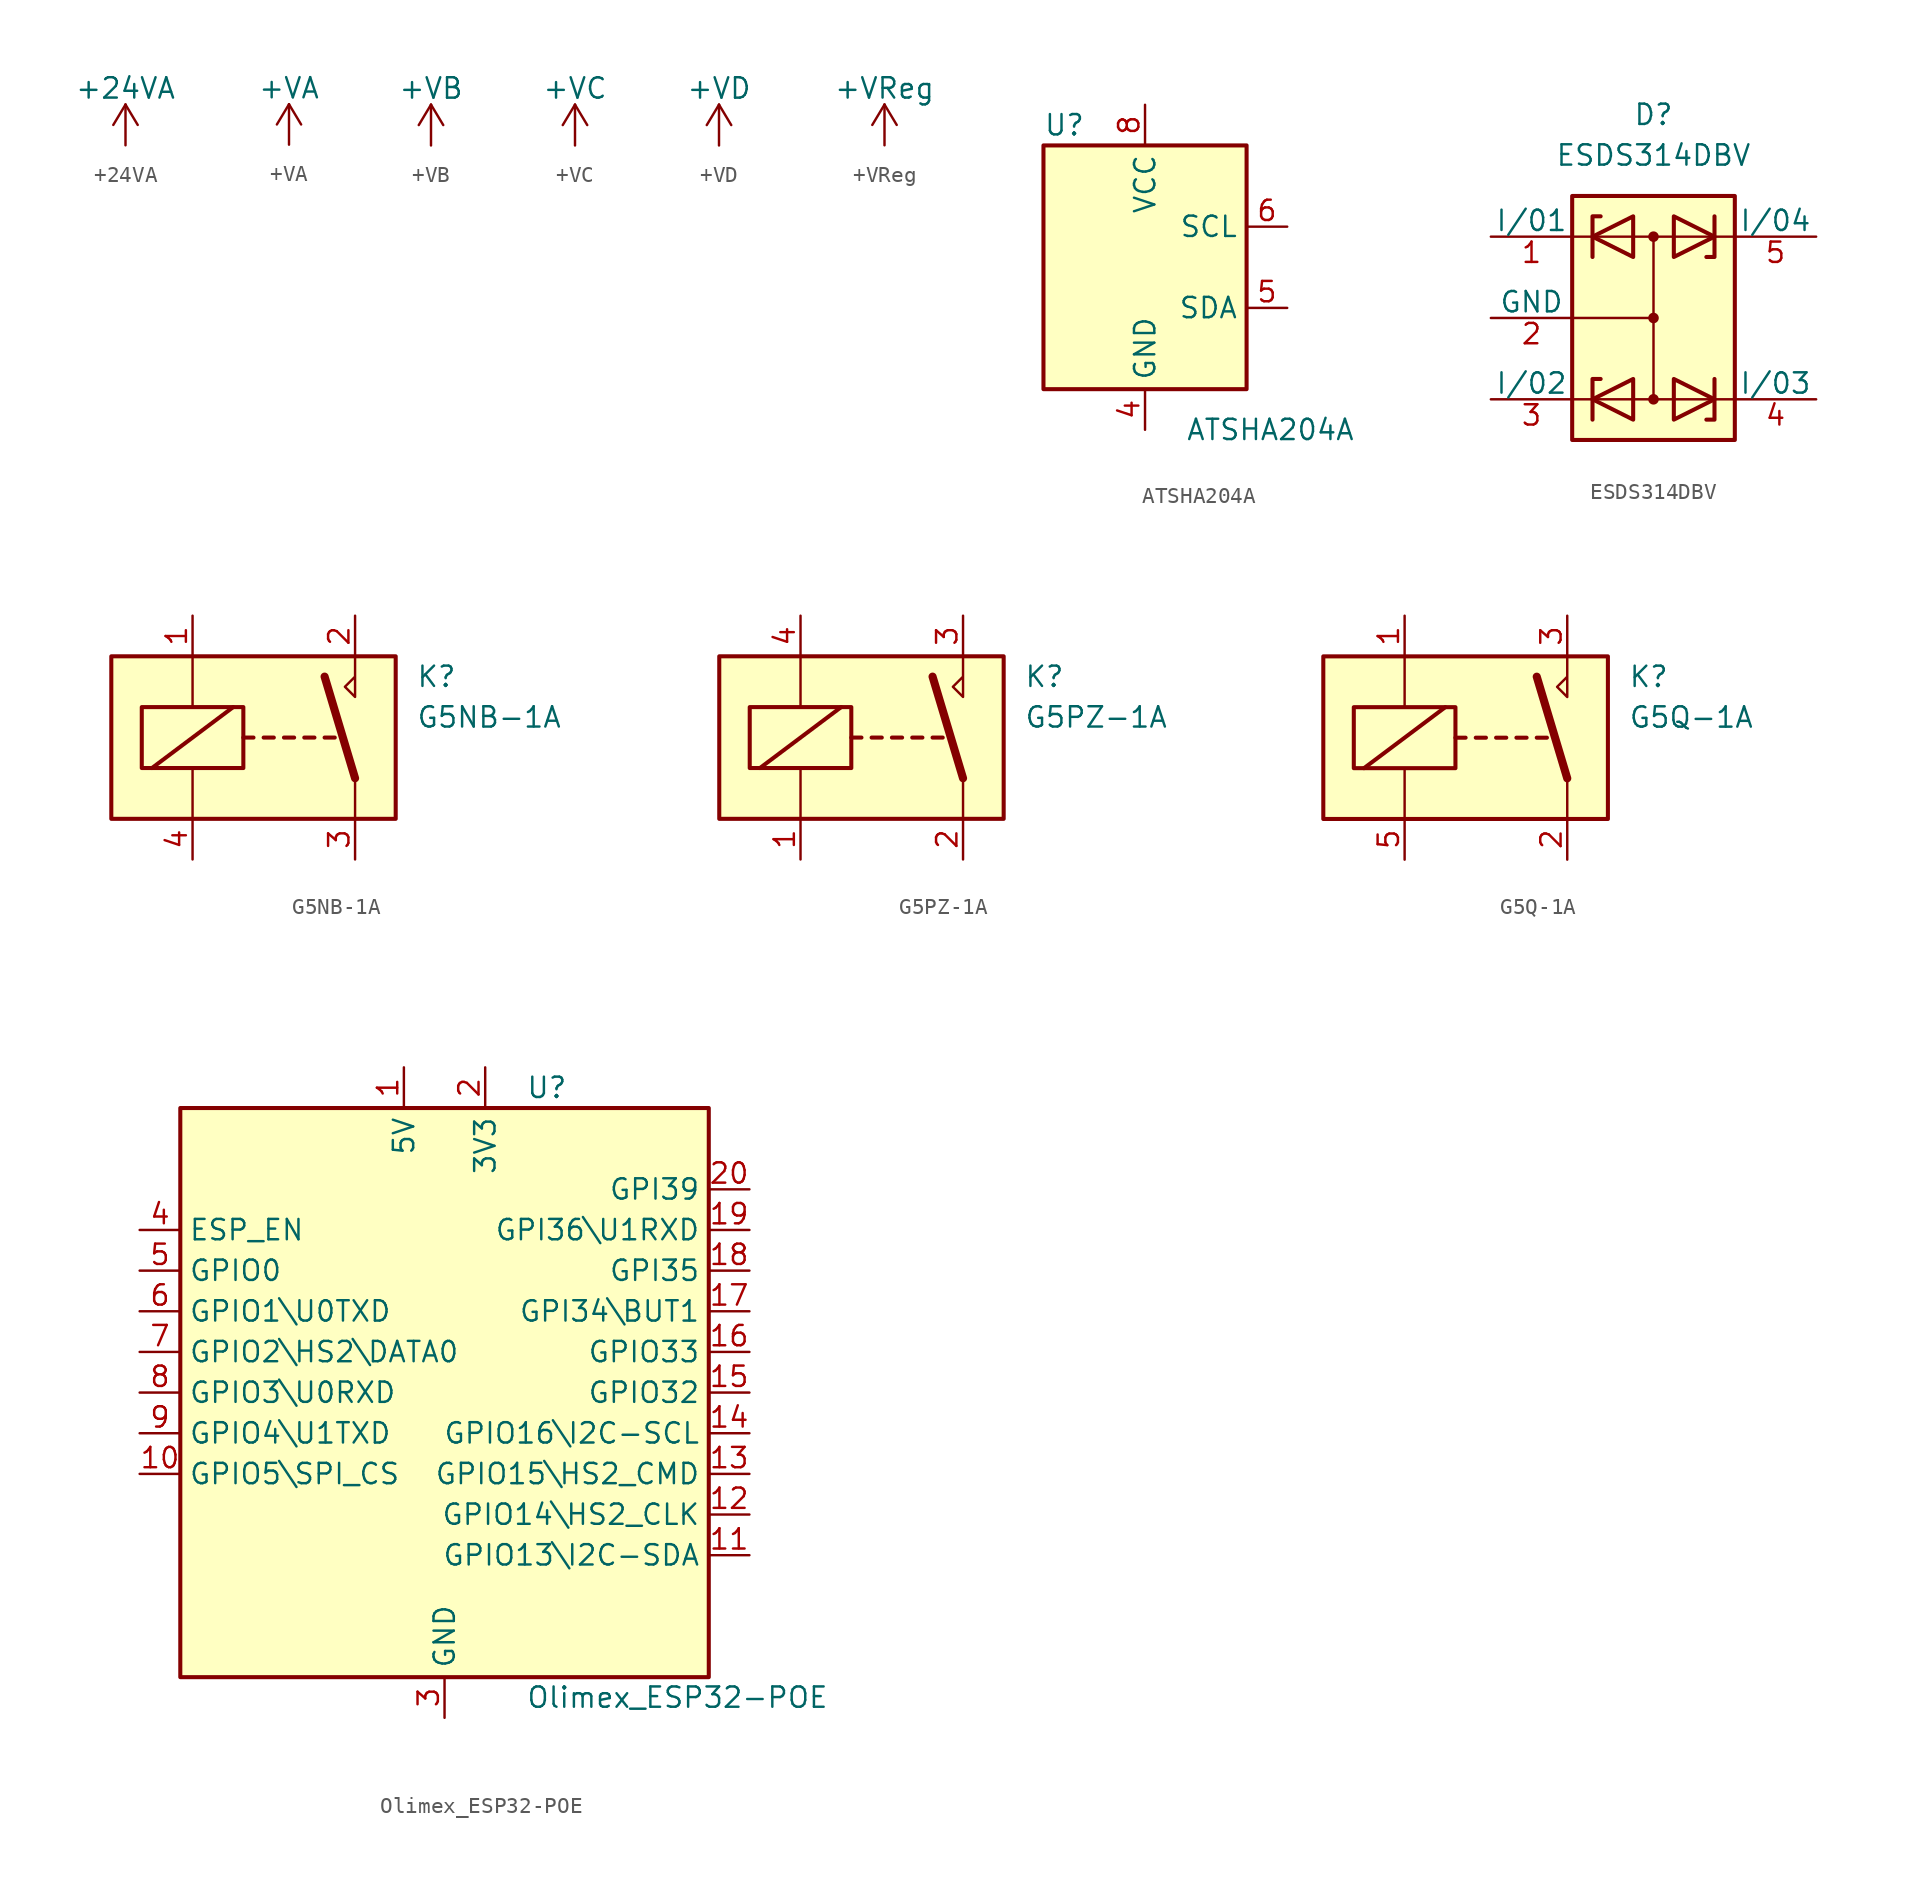
<source format=kicad_sym>
(kicad_symbol_lib
  (version 20231120)
  (generator "kicad_symbol_editor")
  (generator_version "8.0")
  (symbol "+24VA"
    (power)
    (pin_names
      (offset 0))
    (property "Reference" "#PWR"
      (at 0 -3.81 0)
      (effects (font (size 1.27 1.27)) (hide yes)))
    (property "Value" "+24VA"
      (at 0 3.556 0)
      (effects (font (size 1.27 1.27))))
    (symbol "+24VA_0_1"
      (polyline (pts (xy -0.762 1.27) (xy 0 2.54)) (stroke (width 0) (type default)) (fill (type none)))
      (polyline (pts (xy 0 0) (xy 0 2.54)) (stroke (width 0) (type default)) (fill (type none)))
      (polyline (pts (xy 0 2.54) (xy 0.762 1.27)) (stroke (width 0) (type default)) (fill (type none))))
    (symbol "+24VA_1_1"
      (pin power_in line (at 0 0 90) (length 0) hide (name "+24VA" (effects (font (size 1.27 1.27)))) (number "1" (effects (font (size 1.27 1.27)))))))
  (symbol "+VA"
    (power)
    (pin_names
      (offset 0))
    (property "Reference" "#PWR"
      (at 0 -3.81 0)
      (effects (font (size 1.27 1.27)) (hide yes)))
    (property "Value" "+VA"
      (at 0 3.556 0)
      (effects (font (size 1.27 1.27))))
    (symbol "+VA_0_1"
      (polyline (pts (xy -0.762 1.27) (xy 0 2.54)) (stroke (width 0) (type default)) (fill (type none)))
      (polyline (pts (xy 0 0) (xy 0 2.54)) (stroke (width 0) (type default)) (fill (type none)))
      (polyline (pts (xy 0 2.54) (xy 0.762 1.27)) (stroke (width 0) (type default)) (fill (type none))))
    (symbol "+VA_1_1"
      (pin power_in line (at 0 0 90) (length 0) hide (name "+VA" (effects (font (size 1.27 1.27)))) (number "1" (effects (font (size 1.27 1.27)))))))
  (symbol "+VB"
    (power)
    (pin_names
      (offset 0))
    (property "Reference" "#PWR"
      (at 0 -3.81 0)
      (effects (font (size 1.27 1.27)) (hide yes)))
    (property "Value" "+VB"
      (at 0 3.556 0)
      (effects (font (size 1.27 1.27))))
    (symbol "+VB_0_1"
      (polyline (pts (xy -0.762 1.27) (xy 0 2.54)) (stroke (width 0) (type default)) (fill (type none)))
      (polyline (pts (xy 0 0) (xy 0 2.54)) (stroke (width 0) (type default)) (fill (type none)))
      (polyline (pts (xy 0 2.54) (xy 0.762 1.27)) (stroke (width 0) (type default)) (fill (type none))))
    (symbol "+VB_1_1"
      (pin power_in line (at 0 0 90) (length 0) hide (name "+VB" (effects (font (size 1.27 1.27)))) (number "1" (effects (font (size 1.27 1.27)))))))
  (symbol "+VC"
    (power)
    (pin_names
      (offset 0))
    (property "Reference" "#PWR"
      (at 0 -3.81 0)
      (effects (font (size 1.27 1.27)) (hide yes)))
    (property "Value" "+VC"
      (at 0 3.556 0)
      (effects (font (size 1.27 1.27))))
    (symbol "+VC_0_1"
      (polyline (pts (xy -0.762 1.27) (xy 0 2.54)) (stroke (width 0) (type default)) (fill (type none)))
      (polyline (pts (xy 0 0) (xy 0 2.54)) (stroke (width 0) (type default)) (fill (type none)))
      (polyline (pts (xy 0 2.54) (xy 0.762 1.27)) (stroke (width 0) (type default)) (fill (type none))))
    (symbol "+VC_1_1"
      (pin power_in line (at 0 0 90) (length 0) hide (name "+VC" (effects (font (size 1.27 1.27)))) (number "1" (effects (font (size 1.27 1.27)))))))
  (symbol "+VD"
    (power)
    (pin_names
      (offset 0))
    (property "Reference" "#PWR"
      (at 0 -3.81 0)
      (effects (font (size 1.27 1.27)) (hide yes)))
    (property "Value" "+VD"
      (at 0 3.556 0)
      (effects (font (size 1.27 1.27))))
    (symbol "+VD_0_1"
      (polyline (pts (xy -0.762 1.27) (xy 0 2.54)) (stroke (width 0) (type default)) (fill (type none)))
      (polyline (pts (xy 0 0) (xy 0 2.54)) (stroke (width 0) (type default)) (fill (type none)))
      (polyline (pts (xy 0 2.54) (xy 0.762 1.27)) (stroke (width 0) (type default)) (fill (type none))))
    (symbol "+VD_1_1"
      (pin power_in line (at 0 0 90) (length 0) hide (name "+VD" (effects (font (size 1.27 1.27)))) (number "1" (effects (font (size 1.27 1.27)))))))
  (symbol "+VReg"
    (power)
    (pin_names
      (offset 0))
    (property "Reference" "#PWR"
      (at 0 -3.81 0)
      (effects (font (size 1.27 1.27)) (hide yes)))
    (property "Value" "+VReg"
      (at 0 3.556 0)
      (effects (font (size 1.27 1.27))))
    (symbol "+VReg_0_1"
      (polyline (pts (xy -0.762 1.27) (xy 0 2.54)) (stroke (width 0) (type default)) (fill (type none)))
      (polyline (pts (xy 0 0) (xy 0 2.54)) (stroke (width 0) (type default)) (fill (type none)))
      (polyline (pts (xy 0 2.54) (xy 0.762 1.27)) (stroke (width 0) (type default)) (fill (type none))))
    (symbol "+VReg_1_1"
      (pin power_in line (at 0 0 90) (length 0) hide (name "+VReg" (effects (font (size 1.27 1.27)))) (number "1" (effects (font (size 1.27 1.27)))))))
  (symbol "ATSHA204A"
    (property "Reference" "U"
      (at -7.62 8.89 0)
      (effects (font (size 1.27 1.27)) (justify left)))
    (property "Value" "ATSHA204A"
      (at 1.27 -10.16 0)
      (effects (font (size 1.27 1.27)) (justify left)))
    (symbol "ATSHA204A_0_1"
      (rectangle (start -7.62 7.62) (end 5.08 -7.62) (stroke (width 0.254) (type default)) (fill (type background))))
    (symbol "ATSHA204A_1_1"
      (pin no_connect line (at -7.62 2.54 0) (length 2.54) hide (name "NC" (effects (font (size 1.27 1.27)))) (number "1" (effects (font (size 1.27 1.27)))))
      (pin no_connect line (at -7.62 0 0) (length 2.54) hide (name "NC" (effects (font (size 1.27 1.27)))) (number "2" (effects (font (size 1.27 1.27)))))
      (pin no_connect line (at -7.62 -2.54 0) (length 2.54) hide (name "NC" (effects (font (size 1.27 1.27)))) (number "3" (effects (font (size 1.27 1.27)))))
      (pin power_in line (at -1.27 -10.16 90) (length 2.54) (name "GND" (effects (font (size 1.27 1.27)))) (number "4" (effects (font (size 1.27 1.27)))))
      (pin bidirectional line (at 7.62 -2.54 180) (length 2.54) (name "SDA" (effects (font (size 1.27 1.27)))) (number "5" (effects (font (size 1.27 1.27)))))
      (pin input line (at 7.62 2.54 180) (length 2.54) (name "SCL" (effects (font (size 1.27 1.27)))) (number "6" (effects (font (size 1.27 1.27)))))
      (pin no_connect line (at 5.08 0 180) (length 2.54) hide (name "NC" (effects (font (size 1.27 1.27)))) (number "7" (effects (font (size 1.27 1.27)))))
      (pin power_in line (at -1.27 10.16 270) (length 2.54) (name "VCC" (effects (font (size 1.27 1.27)))) (number "8" (effects (font (size 1.27 1.27)))))))
  (symbol "ESDS314DBV"
    (pin_names
      (offset 0))
    (property "Reference" "D"
      (at 0 12.7 0)
      (effects (font (size 1.27 1.27))))
    (property "Value" "ESDS314DBV"
      (at 0 10.16 0)
      (effects (font (size 1.27 1.27))))
    (symbol "ESDS314DBV_0_1"
      (rectangle (start -5.08 7.62) (end 5.08 -7.62) (stroke (width 0.254) (type default)) (fill (type background)))
      (circle (center 0 -5.08) (radius 0.254) (stroke (width 0) (type default)) (fill (type outline)))
      (polyline (pts (xy -5.08 -5.08) (xy 5.08 -5.08)) (stroke (width 0) (type default)) (fill (type none)))
      (polyline (pts (xy -5.08 0) (xy 0 0)) (stroke (width 0) (type default)) (fill (type none)))
      (polyline (pts (xy -5.08 5.08) (xy 5.08 5.08)) (stroke (width 0) (type default)) (fill (type none)))
      (polyline (pts (xy 0 -5.08) (xy 0 5.08)) (stroke (width 0) (type default)) (fill (type none)))
      (polyline (pts (xy -3.81 -6.35) (xy -3.81 -3.81) (xy -3.302 -3.81)) (stroke (width 0.254) (type default)) (fill (type none)))
      (polyline (pts (xy -3.81 3.81) (xy -3.81 6.35) (xy -3.302 6.35)) (stroke (width 0.254) (type default)) (fill (type none)))
      (polyline (pts (xy 3.81 -3.81) (xy 3.81 -6.35) (xy 3.302 -6.35)) (stroke (width 0.254) (type default)) (fill (type none)))
      (polyline (pts (xy 3.81 6.35) (xy 3.81 3.81) (xy 3.302 3.81)) (stroke (width 0.254) (type default)) (fill (type none)))
      (polyline (pts (xy -1.27 -6.35) (xy -3.81 -5.08) (xy -1.27 -3.81) (xy -1.27 -6.35) (xy -1.27 -6.35) (xy -1.27 -6.35)) (stroke (width 0.254) (type default)) (fill (type none)))
      (polyline (pts (xy -1.27 3.81) (xy -3.81 5.08) (xy -1.27 6.35) (xy -1.27 3.81) (xy -1.27 3.81) (xy -1.27 3.81)) (stroke (width 0.254) (type default)) (fill (type none)))
      (polyline (pts (xy 1.27 -3.81) (xy 3.81 -5.08) (xy 1.27 -6.35) (xy 1.27 -3.81) (xy 1.27 -3.81) (xy 1.27 -3.81)) (stroke (width 0.254) (type default)) (fill (type none)))
      (polyline (pts (xy 1.27 6.35) (xy 3.81 5.08) (xy 1.27 3.81) (xy 1.27 6.35) (xy 1.27 6.35) (xy 1.27 6.35)) (stroke (width 0.254) (type default)) (fill (type none)))
      (circle (center 0 0) (radius 0.254) (stroke (width 0) (type default)) (fill (type outline)))
      (circle (center 0 5.08) (radius 0.254) (stroke (width 0) (type default)) (fill (type outline)))
      (pin passive line (at -10.16 5.08 0) (length 5.08) (name "I/01" (effects (font (size 1.27 1.27)))) (number "1" (effects (font (size 1.27 1.27)))))
      (pin passive line (at -10.16 0 0) (length 5.08) (name "GND" (effects (font (size 1.27 1.27)))) (number "2" (effects (font (size 1.27 1.27)))))
      (pin passive line (at -10.16 -5.08 0) (length 5.08) (name "I/02" (effects (font (size 1.27 1.27)))) (number "3" (effects (font (size 1.27 1.27)))))
      (pin passive line (at 10.16 -5.08 180) (length 5.08) (name "I/03" (effects (font (size 1.27 1.27)))) (number "4" (effects (font (size 1.27 1.27)))))
      (pin passive line (at 10.16 5.08 180) (length 5.08) (name "I/04" (effects (font (size 1.27 1.27)))) (number "5" (effects (font (size 1.27 1.27)))))))
  (symbol "G5NB-1A"
    (property "Reference" "K"
      (at 8.89 3.81 0)
      (effects (font (size 1.27 1.27)) (justify left)))
    (property "Value" "G5NB-1A"
      (at 8.89 1.27 0)
      (effects (font (size 1.27 1.27)) (justify left)))
    (symbol "G5NB-1A_0_0"
      (polyline (pts (xy 5.08 5.08) (xy 5.08 2.54) (xy 4.445 3.175) (xy 5.08 3.81)) (stroke (width 0) (type default)) (fill (type none))))
    (symbol "G5NB-1A_0_1"
      (rectangle (start -10.16 5.08) (end 7.62 -5.08) (stroke (width 0.254) (type default)) (fill (type background)))
      (rectangle (start -8.255 1.905) (end -1.905 -1.905) (stroke (width 0.254) (type default)) (fill (type none)))
      (polyline (pts (xy -7.62 -1.905) (xy -2.54 1.905)) (stroke (width 0.254) (type default)) (fill (type none)))
      (polyline (pts (xy -5.08 -5.08) (xy -5.08 -1.905)) (stroke (width 0) (type default)) (fill (type none)))
      (polyline (pts (xy -5.08 5.08) (xy -5.08 1.905)) (stroke (width 0) (type default)) (fill (type none)))
      (polyline (pts (xy -1.905 0) (xy -1.27 0)) (stroke (width 0.254) (type default)) (fill (type none)))
      (polyline (pts (xy -0.635 0) (xy 0 0)) (stroke (width 0.254) (type default)) (fill (type none)))
      (polyline (pts (xy 0.635 0) (xy 1.27 0)) (stroke (width 0.254) (type default)) (fill (type none)))
      (polyline (pts (xy 1.905 0) (xy 2.54 0)) (stroke (width 0.254) (type default)) (fill (type none)))
      (polyline (pts (xy 3.175 0) (xy 3.81 0)) (stroke (width 0.254) (type default)) (fill (type none)))
      (polyline (pts (xy 5.08 -2.54) (xy 3.175 3.81)) (stroke (width 0.508) (type default)) (fill (type none)))
      (polyline (pts (xy 5.08 -2.54) (xy 5.08 -5.08)) (stroke (width 0) (type default)) (fill (type none))))
    (symbol "G5NB-1A_1_1"
      (pin passive line (at -5.08 7.62 270) (length 2.54) (name "~" (effects (font (size 1.27 1.27)))) (number "1" (effects (font (size 1.27 1.27)))))
      (pin passive line (at 5.08 7.62 270) (length 2.54) (name "~" (effects (font (size 1.27 1.27)))) (number "2" (effects (font (size 1.27 1.27)))))
      (pin passive line (at 5.08 -7.62 90) (length 2.54) (name "~" (effects (font (size 1.27 1.27)))) (number "3" (effects (font (size 1.27 1.27)))))
      (pin passive line (at -5.08 -7.62 90) (length 2.54) (name "~" (effects (font (size 1.27 1.27)))) (number "4" (effects (font (size 1.27 1.27)))))))
  (symbol "G5PZ-1A"
    (property "Reference" "K"
      (at 8.89 3.81 0)
      (effects (font (size 1.27 1.27)) (justify left)))
    (property "Value" "G5PZ-1A"
      (at 8.89 1.27 0)
      (effects (font (size 1.27 1.27)) (justify left)))
    (symbol "G5PZ-1A_0_0"
      (polyline (pts (xy 5.08 5.08) (xy 5.08 2.54) (xy 4.445 3.175) (xy 5.08 3.81)) (stroke (width 0) (type default)) (fill (type none))))
    (symbol "G5PZ-1A_0_1"
      (rectangle (start -10.16 5.08) (end 7.62 -5.08) (stroke (width 0.254) (type default)) (fill (type background)))
      (rectangle (start -8.255 1.905) (end -1.905 -1.905) (stroke (width 0.254) (type default)) (fill (type none)))
      (polyline (pts (xy -7.62 -1.905) (xy -2.54 1.905)) (stroke (width 0.254) (type default)) (fill (type none)))
      (polyline (pts (xy -5.08 -5.08) (xy -5.08 -1.905)) (stroke (width 0) (type default)) (fill (type none)))
      (polyline (pts (xy -5.08 5.08) (xy -5.08 1.905)) (stroke (width 0) (type default)) (fill (type none)))
      (polyline (pts (xy -1.905 0) (xy -1.27 0)) (stroke (width 0.254) (type default)) (fill (type none)))
      (polyline (pts (xy -0.635 0) (xy 0 0)) (stroke (width 0.254) (type default)) (fill (type none)))
      (polyline (pts (xy 0.635 0) (xy 1.27 0)) (stroke (width 0.254) (type default)) (fill (type none)))
      (polyline (pts (xy 1.905 0) (xy 2.54 0)) (stroke (width 0.254) (type default)) (fill (type none)))
      (polyline (pts (xy 3.175 0) (xy 3.81 0)) (stroke (width 0.254) (type default)) (fill (type none)))
      (polyline (pts (xy 5.08 -2.54) (xy 3.175 3.81)) (stroke (width 0.508) (type default)) (fill (type none)))
      (polyline (pts (xy 5.08 -2.54) (xy 5.08 -5.08)) (stroke (width 0) (type default)) (fill (type none))))
    (symbol "G5PZ-1A_1_1"
      (pin passive line (at -5.08 -7.62 90) (length 2.54) (name "~" (effects (font (size 1.27 1.27)))) (number "1" (effects (font (size 1.27 1.27)))))
      (pin passive line (at 5.08 -7.62 90) (length 2.54) (name "~" (effects (font (size 1.27 1.27)))) (number "2" (effects (font (size 1.27 1.27)))))
      (pin passive line (at 5.08 7.62 270) (length 2.54) (name "~" (effects (font (size 1.27 1.27)))) (number "3" (effects (font (size 1.27 1.27)))))
      (pin passive line (at -5.08 7.62 270) (length 2.54) (name "~" (effects (font (size 1.27 1.27)))) (number "4" (effects (font (size 1.27 1.27)))))))
  (symbol "G5Q-1A"
    (property "Reference" "K"
      (at 8.89 3.81 0)
      (effects (font (size 1.27 1.27)) (justify left)))
    (property "Value" "G5Q-1A"
      (at 8.89 1.27 0)
      (effects (font (size 1.27 1.27)) (justify left)))
    (symbol "G5Q-1A_0_0"
      (polyline (pts (xy 5.08 5.08) (xy 5.08 2.54) (xy 4.445 3.175) (xy 5.08 3.81)) (stroke (width 0) (type default)) (fill (type none))))
    (symbol "G5Q-1A_0_1"
      (rectangle (start -10.16 5.08) (end 7.62 -5.08) (stroke (width 0.254) (type default)) (fill (type background)))
      (rectangle (start -8.255 1.905) (end -1.905 -1.905) (stroke (width 0.254) (type default)) (fill (type none)))
      (polyline (pts (xy -7.62 -1.905) (xy -2.54 1.905)) (stroke (width 0.254) (type default)) (fill (type none)))
      (polyline (pts (xy -5.08 -5.08) (xy -5.08 -1.905)) (stroke (width 0) (type default)) (fill (type none)))
      (polyline (pts (xy -5.08 5.08) (xy -5.08 1.905)) (stroke (width 0) (type default)) (fill (type none)))
      (polyline (pts (xy -1.905 0) (xy -1.27 0)) (stroke (width 0.254) (type default)) (fill (type none)))
      (polyline (pts (xy -0.635 0) (xy 0 0)) (stroke (width 0.254) (type default)) (fill (type none)))
      (polyline (pts (xy 0.635 0) (xy 1.27 0)) (stroke (width 0.254) (type default)) (fill (type none)))
      (polyline (pts (xy 1.905 0) (xy 2.54 0)) (stroke (width 0.254) (type default)) (fill (type none)))
      (polyline (pts (xy 3.175 0) (xy 3.81 0)) (stroke (width 0.254) (type default)) (fill (type none)))
      (polyline (pts (xy 5.08 -2.54) (xy 3.175 3.81)) (stroke (width 0.508) (type default)) (fill (type none)))
      (polyline (pts (xy 5.08 -2.54) (xy 5.08 -5.08)) (stroke (width 0) (type default)) (fill (type none))))
    (symbol "G5Q-1A_1_1"
      (pin passive line (at -5.08 7.62 270) (length 2.54) (name "~" (effects (font (size 1.27 1.27)))) (number "1" (effects (font (size 1.27 1.27)))))
      (pin passive line (at 5.08 -7.62 90) (length 2.54) (name "~" (effects (font (size 1.27 1.27)))) (number "2" (effects (font (size 1.27 1.27)))))
      (pin passive line (at 5.08 7.62 270) (length 2.54) (name "~" (effects (font (size 1.27 1.27)))) (number "3" (effects (font (size 1.27 1.27)))))
      (pin passive line (at -5.08 -7.62 90) (length 2.54) (name "~" (effects (font (size 1.27 1.27)))) (number "5" (effects (font (size 1.27 1.27)))))))
  (symbol "Olimex_ESP32-POE"
    (property "Reference" "U"
      (at 5.08 19.05 0)
      (effects (font (size 1.27 1.27)) (justify left)))
    (property "Value" "Olimex_ESP32-POE"
      (at 5.08 -19.05 0)
      (effects (font (size 1.27 1.27)) (justify left)))
    (symbol "Olimex_ESP32-POE_1_1"
      (rectangle (start -16.51 17.78) (end 16.51 -17.78) (stroke (width 0.254) (type default)) (fill (type background)))
      (pin power_in line (at -2.54 20.32 270) (length 2.54) (name "5V" (effects (font (size 1.27 1.27)))) (number "1" (effects (font (size 1.27 1.27)))))
      (pin bidirectional line (at -19.05 -5.08 0) (length 2.54) (name "GPIO5\\SPI_CS" (effects (font (size 1.27 1.27)))) (number "10" (effects (font (size 1.27 1.27)))))
      (pin bidirectional line (at 19.05 -10.16 180) (length 2.54) (name "GPIO13\\I2C-SDA" (effects (font (size 1.27 1.27)))) (number "11" (effects (font (size 1.27 1.27)))))
      (pin bidirectional line (at 19.05 -7.62 180) (length 2.54) (name "GPIO14\\HS2_CLK" (effects (font (size 1.27 1.27)))) (number "12" (effects (font (size 1.27 1.27)))))
      (pin bidirectional line (at 19.05 -5.08 180) (length 2.54) (name "GPIO15\\HS2_CMD" (effects (font (size 1.27 1.27)))) (number "13" (effects (font (size 1.27 1.27)))))
      (pin bidirectional line (at 19.05 -2.54 180) (length 2.54) (name "GPIO16\\I2C-SCL" (effects (font (size 1.27 1.27)))) (number "14" (effects (font (size 1.27 1.27)))))
      (pin bidirectional line (at 19.05 0 180) (length 2.54) (name "GPIO32" (effects (font (size 1.27 1.27)))) (number "15" (effects (font (size 1.27 1.27)))))
      (pin bidirectional line (at 19.05 2.54 180) (length 2.54) (name "GPIO33" (effects (font (size 1.27 1.27)))) (number "16" (effects (font (size 1.27 1.27)))))
      (pin input line (at 19.05 5.08 180) (length 2.54) (name "GPI34\\BUT1" (effects (font (size 1.27 1.27)))) (number "17" (effects (font (size 1.27 1.27)))))
      (pin input line (at 19.05 7.62 180) (length 2.54) (name "GPI35" (effects (font (size 1.27 1.27)))) (number "18" (effects (font (size 1.27 1.27)))))
      (pin input line (at 19.05 10.16 180) (length 2.54) (name "GPI36\\U1RXD" (effects (font (size 1.27 1.27)))) (number "19" (effects (font (size 1.27 1.27)))))
      (pin power_out line (at 2.54 20.32 270) (length 2.54) (name "3V3" (effects (font (size 1.27 1.27)))) (number "2" (effects (font (size 1.27 1.27)))))
      (pin input line (at 19.05 12.7 180) (length 2.54) (name "GPI39" (effects (font (size 1.27 1.27)))) (number "20" (effects (font (size 1.27 1.27)))))
      (pin power_in line (at 0 -20.32 90) (length 2.54) (name "GND" (effects (font (size 1.27 1.27)))) (number "3" (effects (font (size 1.27 1.27)))))
      (pin input line (at -19.05 10.16 0) (length 2.54) (name "ESP_EN" (effects (font (size 1.27 1.27)))) (number "4" (effects (font (size 1.27 1.27)))))
      (pin bidirectional line (at -19.05 7.62 0) (length 2.54) (name "GPIO0" (effects (font (size 1.27 1.27)))) (number "5" (effects (font (size 1.27 1.27)))))
      (pin bidirectional line (at -19.05 5.08 0) (length 2.54) (name "GPIO1\\U0TXD" (effects (font (size 1.27 1.27)))) (number "6" (effects (font (size 1.27 1.27)))))
      (pin bidirectional line (at -19.05 2.54 0) (length 2.54) (name "GPIO2\\HS2\\DATA0" (effects (font (size 1.27 1.27)))) (number "7" (effects (font (size 1.27 1.27)))))
      (pin bidirectional line (at -19.05 0 0) (length 2.54) (name "GPIO3\\U0RXD" (effects (font (size 1.27 1.27)))) (number "8" (effects (font (size 1.27 1.27)))))
      (pin bidirectional line (at -19.05 -2.54 0) (length 2.54) (name "GPIO4\\U1TXD" (effects (font (size 1.27 1.27)))) (number "9" (effects (font (size 1.27 1.27))))))))
</source>
